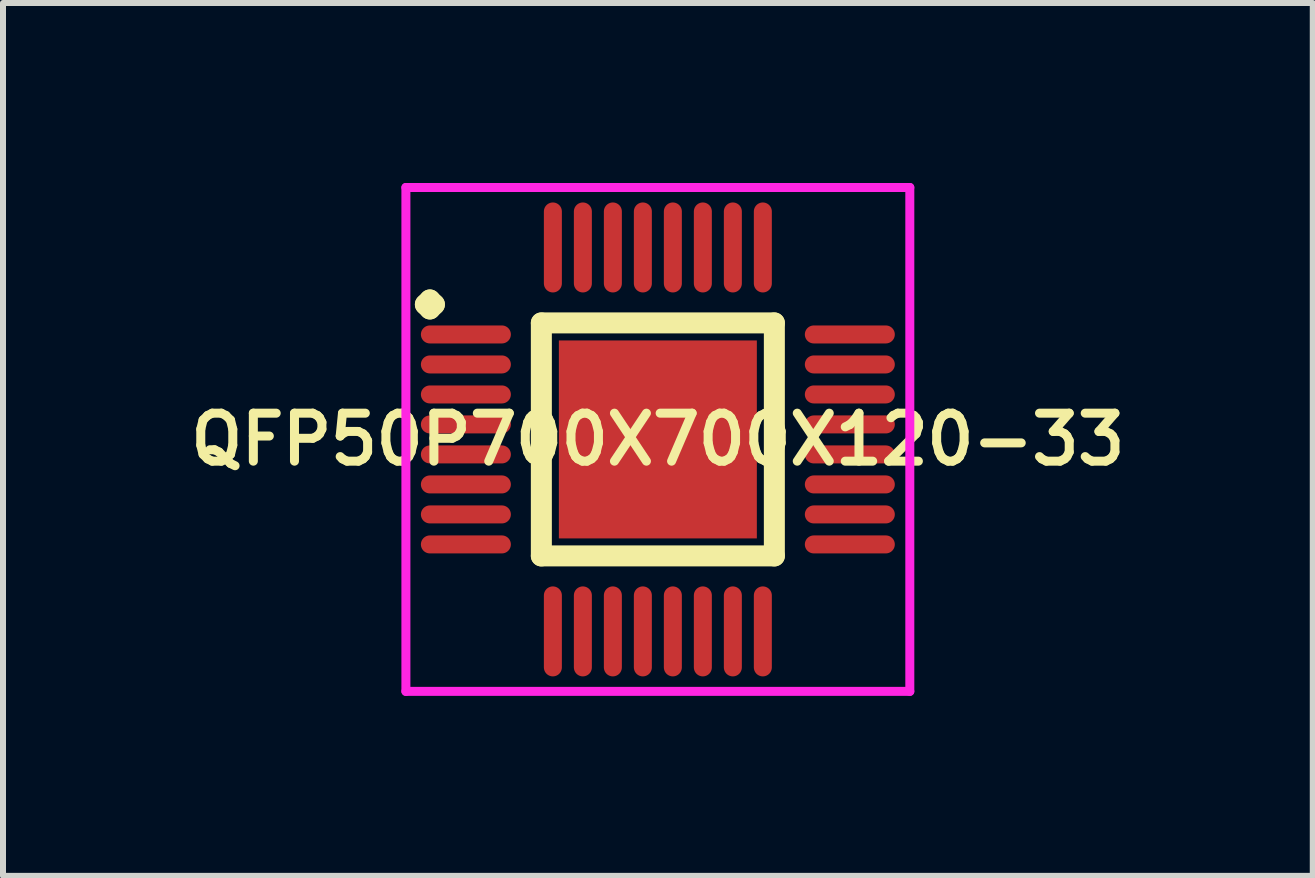
<source format=kicad_pcb>
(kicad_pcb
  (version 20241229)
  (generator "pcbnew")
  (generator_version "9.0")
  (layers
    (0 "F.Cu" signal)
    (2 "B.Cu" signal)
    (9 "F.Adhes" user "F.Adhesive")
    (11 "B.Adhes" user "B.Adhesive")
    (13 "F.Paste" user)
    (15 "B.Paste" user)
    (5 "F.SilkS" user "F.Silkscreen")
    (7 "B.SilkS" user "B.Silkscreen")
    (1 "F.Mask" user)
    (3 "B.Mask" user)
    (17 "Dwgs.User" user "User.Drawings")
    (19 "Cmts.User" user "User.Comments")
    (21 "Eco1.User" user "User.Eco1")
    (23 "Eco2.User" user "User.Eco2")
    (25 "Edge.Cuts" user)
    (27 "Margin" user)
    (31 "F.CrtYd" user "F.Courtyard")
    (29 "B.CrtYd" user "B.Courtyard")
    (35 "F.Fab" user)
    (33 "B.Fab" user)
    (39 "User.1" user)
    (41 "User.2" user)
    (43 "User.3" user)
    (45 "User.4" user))
  (footprint "QFP50P700X700X120-33"
    (layer "F.Cu")
    (at 7.916 4.275)
    (property "Reference" "QFP50P700X700X120-33" (at 0 0 0) (layer "F.SilkS") (effects (font (size 0.8 0.8) (thickness 0.15))))
    (attr smd)
    (fp_line (start -3.875 -2.25) (end -3.8 -2.325) (stroke (width 0.35) (type solid)) (layer "F.SilkS"))
    (fp_line (start -3.8 -2.325) (end -3.725 -2.25) (stroke (width 0.35) (type solid)) (layer "F.SilkS"))
    (fp_line (start -3.8 -2.175) (end -3.875 -2.25) (stroke (width 0.35) (type solid)) (layer "F.SilkS"))
    (fp_line (start -3.725 -2.25) (end -3.8 -2.175) (stroke (width 0.35) (type solid)) (layer "F.SilkS"))
    (fp_line (start -1.942 -1.942) (end -1.942 1.942) (stroke (width 0.35) (type solid)) (layer "F.SilkS"))
    (fp_line (start -1.942 1.942) (end 1.942 1.942) (stroke (width 0.35) (type solid)) (layer "F.SilkS"))
    (fp_line (start 1.942 -1.942) (end -1.942 -1.942) (stroke (width 0.35) (type solid)) (layer "F.SilkS"))
    (fp_line (start 1.942 1.942) (end 1.942 -1.942) (stroke (width 0.35) (type solid)) (layer "F.SilkS"))
    (fp_line (start -4.2 -4.2) (end 4.2 -4.2) (stroke (width 0.15) (type solid)) (layer "F.CrtYd"))
    (fp_line (start -4.2 4.2) (end -4.2 -4.2) (stroke (width 0.15) (type solid)) (layer "F.CrtYd"))
    (fp_line (start 4.2 -4.2) (end 4.2 4.2) (stroke (width 0.15) (type solid)) (layer "F.CrtYd"))
    (fp_line (start 4.2 4.2) (end -4.2 4.2) (stroke (width 0.15) (type solid)) (layer "F.CrtYd"))
    (pad "1" smd oval (at -3.2 -1.75) (size 1.5 0.3) (layers "F.Cu" "F.Mask" "F.Paste"))
    (pad "2" smd oval (at -3.2 -1.25) (size 1.5 0.3) (layers "F.Cu" "F.Mask" "F.Paste"))
    (pad "3" smd oval (at -3.2 -0.75) (size 1.5 0.3) (layers "F.Cu" "F.Mask" "F.Paste"))
    (pad "4" smd oval (at -3.2 -0.25) (size 1.5 0.3) (layers "F.Cu" "F.Mask" "F.Paste"))
    (pad "5" smd oval (at -3.2 0.25) (size 1.5 0.3) (layers "F.Cu" "F.Mask" "F.Paste"))
    (pad "6" smd oval (at -3.2 0.75) (size 1.5 0.3) (layers "F.Cu" "F.Mask" "F.Paste"))
    (pad "7" smd oval (at -3.2 1.25) (size 1.5 0.3) (layers "F.Cu" "F.Mask" "F.Paste"))
    (pad "8" smd oval (at -3.2 1.75) (size 1.5 0.3) (layers "F.Cu" "F.Mask" "F.Paste"))
    (pad "9" smd oval (at -1.75 3.2) (size 0.3 1.5) (layers "F.Cu" "F.Mask" "F.Paste"))
    (pad "10" smd oval (at -1.25 3.2) (size 0.3 1.5) (layers "F.Cu" "F.Mask" "F.Paste"))
    (pad "11" smd oval (at -0.75 3.2) (size 0.3 1.5) (layers "F.Cu" "F.Mask" "F.Paste"))
    (pad "12" smd oval (at -0.25 3.2) (size 0.3 1.5) (layers "F.Cu" "F.Mask" "F.Paste"))
    (pad "13" smd oval (at 0.25 3.2) (size 0.3 1.5) (layers "F.Cu" "F.Mask" "F.Paste"))
    (pad "14" smd oval (at 0.75 3.2) (size 0.3 1.5) (layers "F.Cu" "F.Mask" "F.Paste"))
    (pad "15" smd oval (at 1.25 3.2) (size 0.3 1.5) (layers "F.Cu" "F.Mask" "F.Paste"))
    (pad "16" smd oval (at 1.75 3.2) (size 0.3 1.5) (layers "F.Cu" "F.Mask" "F.Paste"))
    (pad "17" smd oval (at 3.2 1.75) (size 1.5 0.3) (layers "F.Cu" "F.Mask" "F.Paste"))
    (pad "18" smd oval (at 3.2 1.25) (size 1.5 0.3) (layers "F.Cu" "F.Mask" "F.Paste"))
    (pad "19" smd oval (at 3.2 0.75) (size 1.5 0.3) (layers "F.Cu" "F.Mask" "F.Paste"))
    (pad "20" smd oval (at 3.2 0.25) (size 1.5 0.3) (layers "F.Cu" "F.Mask" "F.Paste"))
    (pad "21" smd oval (at 3.2 -0.25) (size 1.5 0.3) (layers "F.Cu" "F.Mask" "F.Paste"))
    (pad "22" smd oval (at 3.2 -0.75) (size 1.5 0.3) (layers "F.Cu" "F.Mask" "F.Paste"))
    (pad "23" smd oval (at 3.2 -1.25) (size 1.5 0.3) (layers "F.Cu" "F.Mask" "F.Paste"))
    (pad "24" smd oval (at 3.2 -1.75) (size 1.5 0.3) (layers "F.Cu" "F.Mask" "F.Paste"))
    (pad "25" smd oval (at 1.75 -3.2) (size 0.3 1.5) (layers "F.Cu" "F.Mask" "F.Paste"))
    (pad "26" smd oval (at 1.25 -3.2) (size 0.3 1.5) (layers "F.Cu" "F.Mask" "F.Paste"))
    (pad "27" smd oval (at 0.75 -3.2) (size 0.3 1.5) (layers "F.Cu" "F.Mask" "F.Paste"))
    (pad "28" smd oval (at 0.25 -3.2) (size 0.3 1.5) (layers "F.Cu" "F.Mask" "F.Paste"))
    (pad "29" smd oval (at -0.25 -3.2) (size 0.3 1.5) (layers "F.Cu" "F.Mask" "F.Paste"))
    (pad "30" smd oval (at -0.75 -3.2) (size 0.3 1.5) (layers "F.Cu" "F.Mask" "F.Paste"))
    (pad "31" smd oval (at -1.25 -3.2) (size 0.3 1.5) (layers "F.Cu" "F.Mask" "F.Paste"))
    (pad "32" smd oval (at -1.75 -3.2) (size 0.3 1.5) (layers "F.Cu" "F.Mask" "F.Paste"))
    (pad "33" smd rect (at 0 0) (size 3.3 3.3) (layers "F.Cu" "F.Mask" "F.Paste")))
  (gr_rect
    (start -3 -3)
    (end 18.833 11.55)
    (stroke (width 0.1) (type default))
    (fill no)
    (layer "Edge.Cuts")))
</source>
